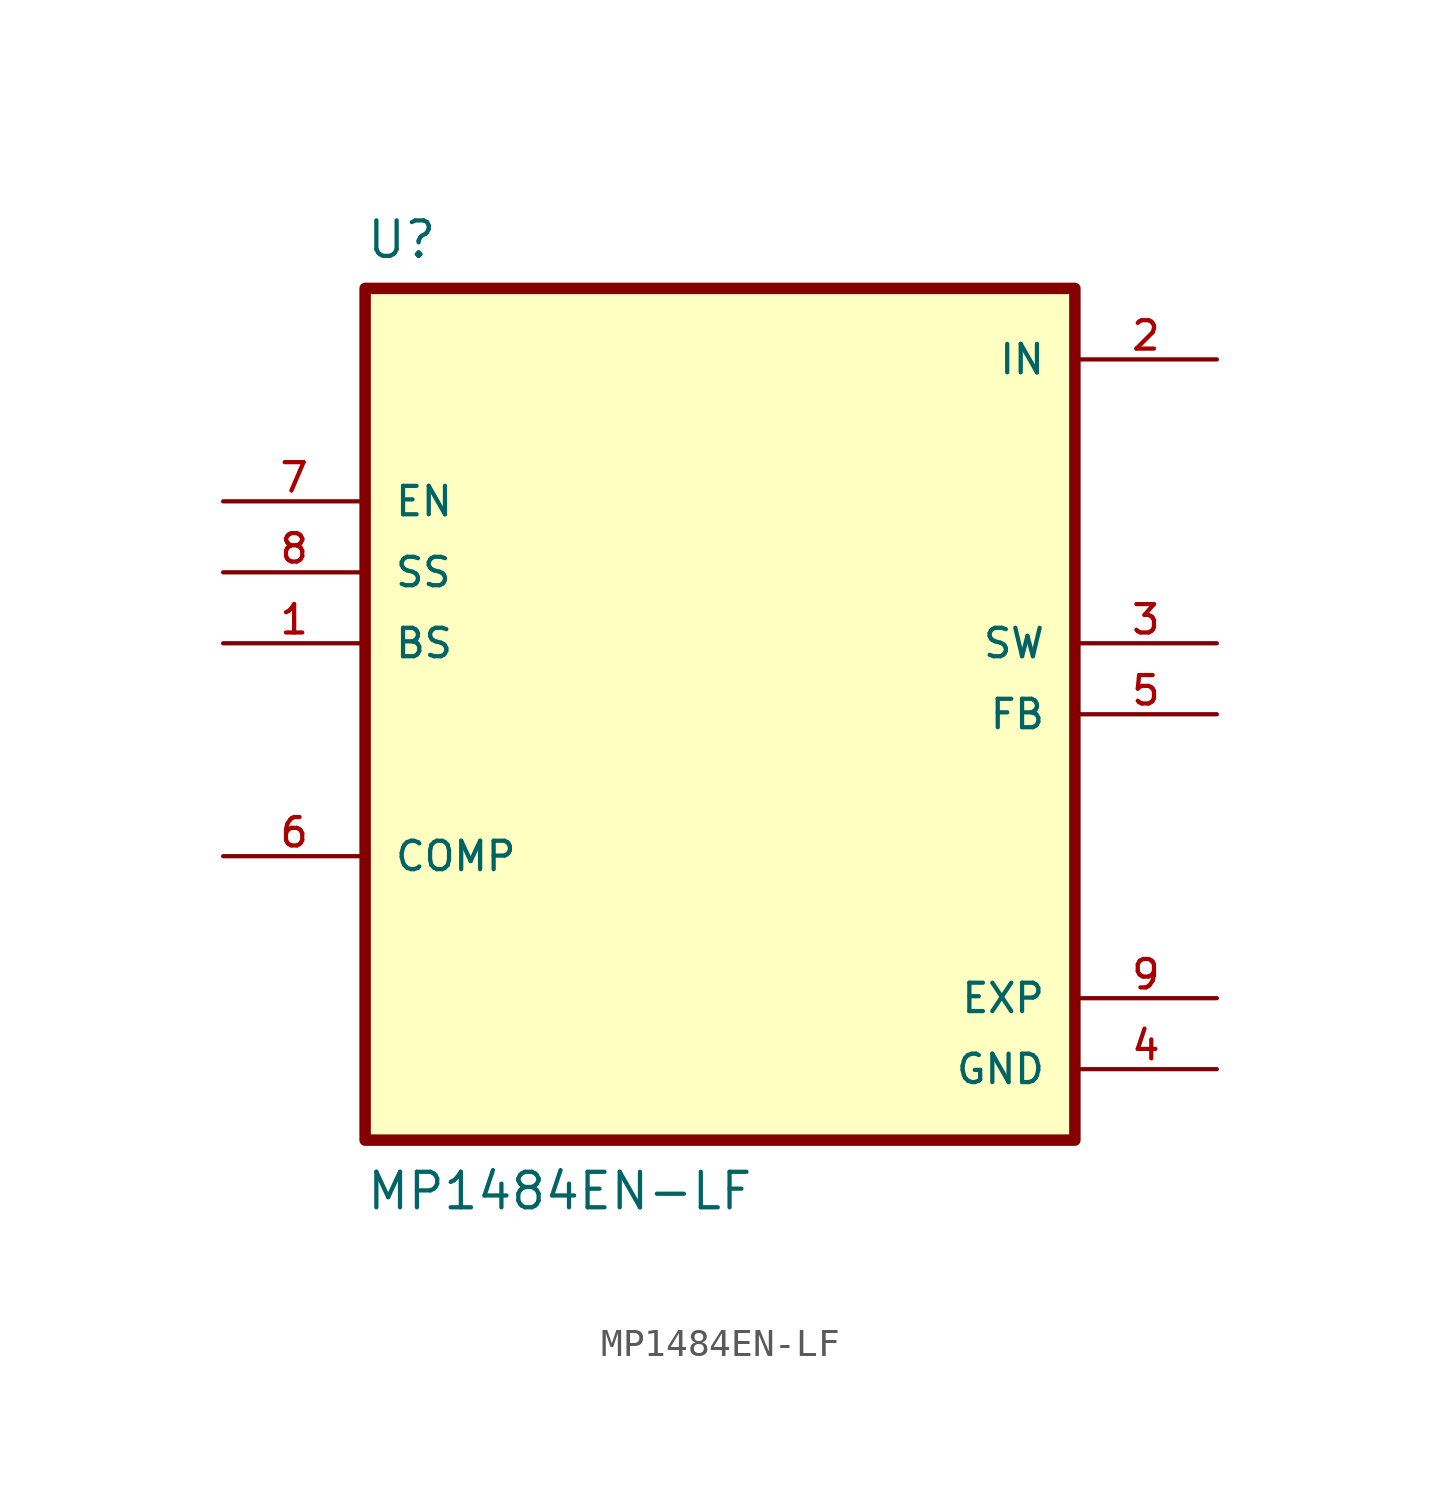
<source format=kicad_sym>
(kicad_symbol_lib
  (version 20211014)
  (generator kicad_symbol_editor)
  (symbol "MP1484EN-LF"
    (pin_names
      (offset 1.016))
    (property "Reference" "U"
      (at -12.7 16.24 0.0)
      (effects (font (size 1.27 1.27)) (justify bottom left)))
    (property "Value" "MP1484EN-LF"
      (at -12.7 -16.32 0.0)
      (effects (font (size 1.27 1.27)) (justify top left)))
    (symbol "MP1484EN-LF_0_0"
      (rectangle (start -12.7 -15.24) (end 12.7 15.24) (stroke (width 0.41)) (fill (type background)))
      (pin input line (at -17.78 2.54 0) (length 5.08) (name "BS" (effects (font (size 1.016 1.016)))) (number "1" (effects (font (size 1.016 1.016)))))
      (pin input line (at -17.78 7.62 0) (length 5.08) (name "EN" (effects (font (size 1.016 1.016)))) (number "7" (effects (font (size 1.016 1.016)))))
      (pin input line (at 17.78 0.0 180.0) (length 5.08) (name "FB" (effects (font (size 1.016 1.016)))) (number "5" (effects (font (size 1.016 1.016)))))
      (pin passive line (at -17.78 -5.08 0) (length 5.08) (name "COMP" (effects (font (size 1.016 1.016)))) (number "6" (effects (font (size 1.016 1.016)))))
      (pin input line (at -17.78 5.08 0) (length 5.08) (name "SS" (effects (font (size 1.016 1.016)))) (number "8" (effects (font (size 1.016 1.016)))))
      (pin power_in line (at 17.78 -12.7 180.0) (length 5.08) (name "GND" (effects (font (size 1.016 1.016)))) (number "4" (effects (font (size 1.016 1.016)))))
      (pin power_in line (at 17.78 12.7 180.0) (length 5.08) (name "IN" (effects (font (size 1.016 1.016)))) (number "2" (effects (font (size 1.016 1.016)))))
      (pin output line (at 17.78 2.54 180.0) (length 5.08) (name "SW" (effects (font (size 1.016 1.016)))) (number "3" (effects (font (size 1.016 1.016)))))
      (pin power_in line (at 17.78 -10.16 180.0) (length 5.08) (name "EXP" (effects (font (size 1.016 1.016)))) (number "9" (effects (font (size 1.016 1.016))))))))
</source>
